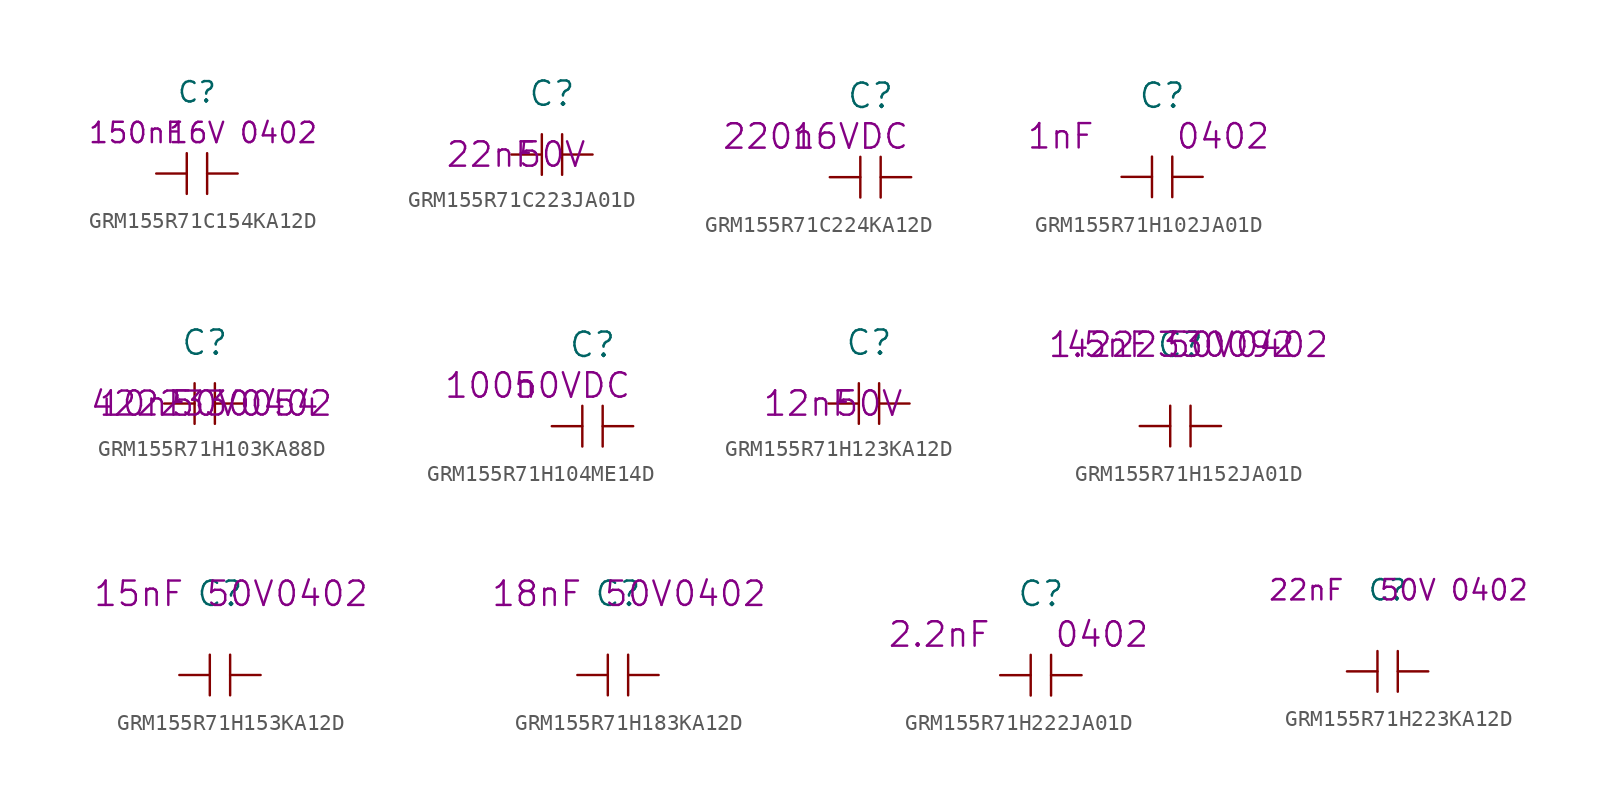
<source format=kicad_sym>
(kicad_symbol_lib
  (version 20220914)
  (generator kicad_symbol_editor)
  (symbol "GRM155R71C154KA12D"
    (pin_numbers hide)
    (pin_names
      (offset 1.016) hide)
    (property "Reference" "C"
      (at 0 5.08 0)
      (effects (font (size 1.27 1.27))))
    (property "Value2" "150nF"
      (at -3.81 2.54 0)
      (effects (font (size 1.27 1.27))))
    (property "Size" "0402"
      (at 5.08 2.54 0)
      (effects (font (size 1.27 1.27))))
    (property "Voltage" "16V"
      (at 0 2.54 0)
      (effects (font (size 1.27 1.27))))
    (symbol "GRM155R71C154KA12D_0_1"
      (polyline (pts (xy -0.635 -1.27) (xy -0.635 1.27)) (stroke (width 0) (type solid)) (fill (type none)))
      (polyline (pts (xy 0.635 1.27) (xy 0.635 -1.27)) (stroke (width 0) (type solid)) (fill (type none))))
    (symbol "GRM155R71C154KA12D_1_1"
      (pin passive line (at -2.54 0 0) (length 1.905) (name "1" (effects (font (size 1.27 1.27)))) (number "1" (effects (font (size 1.27 1.27)))))
      (pin passive line (at 2.54 0 180) (length 1.905) (name "2" (effects (font (size 1.27 1.27)))) (number "2" (effects (font (size 1.27 1.27)))))))
  (symbol "GRM155R71C223JA01D"
    (pin_numbers hide)
    (pin_names
      (offset 1.016) hide)
    (property "Reference" "C"
      (at 0 3.81 0)
      (effects (font (size 1.524 1.524))))
    (property "Value2" "22nF"
      (at -3.81 0 0)
      (effects (font (size 1.524 1.524))))
    (property "Rating" "50V"
      (at 0 0 0)
      (effects (font (size 1.524 1.524))))
    (symbol "GRM155R71C223JA01D_0_1"
      (polyline (pts (xy -0.635 -1.27) (xy -0.635 1.27)) (stroke (width 0) (type solid)) (fill (type none)))
      (polyline (pts (xy 0.635 1.27) (xy 0.635 -1.27)) (stroke (width 0) (type solid)) (fill (type none))))
    (symbol "GRM155R71C223JA01D_1_1"
      (pin passive line (at -2.54 0 0) (length 1.905) (name "1" (effects (font (size 1.27 1.27)))) (number "1" (effects (font (size 1.27 1.27)))))
      (pin passive line (at 2.54 0 180) (length 1.905) (name "2" (effects (font (size 1.27 1.27)))) (number "2" (effects (font (size 1.27 1.27)))))))
  (symbol "GRM155R71C224KA12D"
    (pin_numbers hide)
    (pin_names
      (offset 1.016) hide)
    (property "Reference" "C"
      (at 0 5.08 0)
      (effects (font (size 1.524 1.524))))
    (property "Datasheet" ""
      (at 0 5.08 0)
      (effects (font (size 1.524 1.524))))
    (property "Value2" "220n"
      (at -6.35 2.54 0)
      (effects (font (size 1.524 1.524))))
    (property "Rating" "16VDC"
      (at -1.27 2.54 0)
      (effects (font (size 1.524 1.524))))
    (symbol "GRM155R71C224KA12D_0_1"
      (polyline (pts (xy -0.635 -1.27) (xy -0.635 1.27)) (stroke (width 0) (type solid)) (fill (type none)))
      (polyline (pts (xy 0.635 1.27) (xy 0.635 -1.27)) (stroke (width 0) (type solid)) (fill (type none))))
    (symbol "GRM155R71C224KA12D_1_1"
      (pin passive line (at -2.54 0 0) (length 1.905) (name "1" (effects (font (size 1.27 1.27)))) (number "1" (effects (font (size 1.27 1.27)))))
      (pin passive line (at 2.54 0 180) (length 1.905) (name "2" (effects (font (size 1.27 1.27)))) (number "2" (effects (font (size 1.27 1.27)))))))
  (symbol "GRM155R71H102JA01D"
    (pin_numbers hide)
    (pin_names
      (offset 1.016) hide)
    (property "Reference" "C"
      (at 0 5.08 0)
      (effects (font (size 1.524 1.524))))
    (property "Datasheet" ""
      (at 0 5.08 0)
      (effects (font (size 1.524 1.524))))
    (property "Value2" "1nF"
      (at -6.35 2.54 0)
      (effects (font (size 1.524 1.524))))
    (property "Size" "0402"
      (at 3.81 2.54 0)
      (effects (font (size 1.524 1.524))))
    (symbol "GRM155R71H102JA01D_0_1"
      (polyline (pts (xy -0.635 -1.27) (xy -0.635 1.27)) (stroke (width 0) (type solid)) (fill (type none)))
      (polyline (pts (xy 0.635 1.27) (xy 0.635 -1.27)) (stroke (width 0) (type solid)) (fill (type none))))
    (symbol "GRM155R71H102JA01D_1_1"
      (pin passive line (at -2.54 0 0) (length 1.905) (name "1" (effects (font (size 1.27 1.27)))) (number "1" (effects (font (size 1.27 1.27)))))
      (pin passive line (at 2.54 0 180) (length 1.905) (name "2" (effects (font (size 1.27 1.27)))) (number "2" (effects (font (size 1.27 1.27)))))))
  (symbol "GRM155R71H103KA88D"
    (pin_numbers hide)
    (pin_names
      (offset 1.016) hide)
    (property "Reference" "C"
      (at 0 3.81 0)
      (effects (font (size 1.524 1.524))))
    (property "Datasheet" ""
      (at -2.54 1.27 0)
      (effects (font (size 1.524 1.524))))
    (property "Value2" "10nF"
      (at -3.81 0 0)
      (effects (font (size 1.524 1.524))))
    (property "Size" "0402"
      (at 5.08 0 0)
      (effects (font (size 1.524 1.524))))
    (property "Voltage" "50V"
      (at 0 0 0)
      (effects (font (size 1.524 1.524))))
    (property "AC" "4222330054"
      (at 0 0 0)
      (effects (font (size 1.499 1.499))))
    (symbol "GRM155R71H103KA88D_0_1"
      (polyline (pts (xy -0.635 -1.27) (xy -0.635 1.27)) (stroke (width 0) (type solid)) (fill (type none)))
      (polyline (pts (xy 0.635 1.27) (xy 0.635 -1.27)) (stroke (width 0) (type solid)) (fill (type none))))
    (symbol "GRM155R71H103KA88D_1_1"
      (pin passive line (at -2.54 0 0) (length 1.905) (name "1" (effects (font (size 1.27 1.27)))) (number "1" (effects (font (size 1.27 1.27)))))
      (pin passive line (at 2.54 0 180) (length 1.905) (name "2" (effects (font (size 1.27 1.27)))) (number "2" (effects (font (size 1.27 1.27)))))))
  (symbol "GRM155R71H104ME14D"
    (pin_numbers hide)
    (pin_names
      (offset 1.016) hide)
    (property "Reference" "C"
      (at 0 5.08 0)
      (effects (font (size 1.524 1.524))))
    (property "Datasheet" ""
      (at 0 5.08 0)
      (effects (font (size 1.524 1.524))))
    (property "Value2" "100n"
      (at -6.35 2.54 0)
      (effects (font (size 1.524 1.524))))
    (property "Rating" "50VDC"
      (at -1.27 2.54 0)
      (effects (font (size 1.524 1.524))))
    (symbol "GRM155R71H104ME14D_0_1"
      (polyline (pts (xy -0.635 -1.27) (xy -0.635 1.27)) (stroke (width 0) (type solid)) (fill (type none)))
      (polyline (pts (xy 0.635 1.27) (xy 0.635 -1.27)) (stroke (width 0) (type solid)) (fill (type none))))
    (symbol "GRM155R71H104ME14D_1_1"
      (pin passive line (at -2.54 0 0) (length 1.905) (name "1" (effects (font (size 1.27 1.27)))) (number "1" (effects (font (size 1.27 1.27)))))
      (pin passive line (at 2.54 0 180) (length 1.905) (name "2" (effects (font (size 1.27 1.27)))) (number "2" (effects (font (size 1.27 1.27)))))))
  (symbol "GRM155R71H123KA12D"
    (pin_numbers hide)
    (pin_names
      (offset 1.016) hide)
    (property "Reference" "C"
      (at 0 3.81 0)
      (effects (font (size 1.524 1.524))))
    (property "Datasheet" ""
      (at -2.54 1.27 0)
      (effects (font (size 1.524 1.524))))
    (property "Value2" "12nF"
      (at -3.81 0 0)
      (effects (font (size 1.524 1.524))))
    (property "Rating" "50V"
      (at 0 0 0)
      (effects (font (size 1.524 1.524))))
    (symbol "GRM155R71H123KA12D_0_1"
      (polyline (pts (xy -0.635 -1.27) (xy -0.635 1.27)) (stroke (width 0) (type solid)) (fill (type none)))
      (polyline (pts (xy 0.635 1.27) (xy 0.635 -1.27)) (stroke (width 0) (type solid)) (fill (type none))))
    (symbol "GRM155R71H123KA12D_1_1"
      (pin passive line (at -2.54 0 0) (length 1.905) (name "1" (effects (font (size 1.27 1.27)))) (number "1" (effects (font (size 1.27 1.27)))))
      (pin passive line (at 2.54 0 180) (length 1.905) (name "2" (effects (font (size 1.27 1.27)))) (number "2" (effects (font (size 1.27 1.27)))))))
  (symbol "GRM155R71H152JA01D"
    (pin_numbers hide)
    (pin_names
      (offset 1.016) hide)
    (property "Reference" "C"
      (at 0 5.08 0)
      (effects (font (size 1.524 1.524))))
    (property "Value2" "1.5nF"
      (at -5.08 5.08 0)
      (effects (font (size 1.524 1.524))))
    (property "Size" "0402"
      (at 6.35 5.08 0)
      (effects (font (size 1.524 1.524))))
    (property "Voltage" "50V"
      (at 1.27 5.08 0)
      (effects (font (size 1.524 1.524))))
    (property "AC" "4222330092"
      (at 0 5.08 0)
      (effects (font (size 1.499 1.499))))
    (symbol "GRM155R71H152JA01D_0_1"
      (polyline (pts (xy -0.635 -1.27) (xy -0.635 1.27)) (stroke (width 0) (type solid)) (fill (type none)))
      (polyline (pts (xy 0.635 1.27) (xy 0.635 -1.27)) (stroke (width 0) (type solid)) (fill (type none))))
    (symbol "GRM155R71H152JA01D_1_1"
      (pin passive line (at -2.54 0 0) (length 1.905) (name "1" (effects (font (size 1.27 1.27)))) (number "1" (effects (font (size 1.27 1.27)))))
      (pin passive line (at 2.54 0 180) (length 1.905) (name "2" (effects (font (size 1.27 1.27)))) (number "2" (effects (font (size 1.27 1.27)))))))
  (symbol "GRM155R71H153KA12D"
    (pin_numbers hide)
    (pin_names
      (offset 1.016) hide)
    (property "Reference" "C"
      (at 0 5.08 0)
      (effects (font (size 1.524 1.524))))
    (property "Value2" "15nF"
      (at -5.08 5.08 0)
      (effects (font (size 1.524 1.524))))
    (property "Size" "0402"
      (at 6.35 5.08 0)
      (effects (font (size 1.524 1.524))))
    (property "Voltage" "50V"
      (at 1.27 5.08 0)
      (effects (font (size 1.524 1.524))))
    (symbol "GRM155R71H153KA12D_0_1"
      (polyline (pts (xy -0.635 -1.27) (xy -0.635 1.27)) (stroke (width 0) (type solid)) (fill (type none)))
      (polyline (pts (xy 0.635 1.27) (xy 0.635 -1.27)) (stroke (width 0) (type solid)) (fill (type none))))
    (symbol "GRM155R71H153KA12D_1_1"
      (pin passive line (at -2.54 0 0) (length 1.905) (name "1" (effects (font (size 1.27 1.27)))) (number "1" (effects (font (size 1.27 1.27)))))
      (pin passive line (at 2.54 0 180) (length 1.905) (name "2" (effects (font (size 1.27 1.27)))) (number "2" (effects (font (size 1.27 1.27)))))))
  (symbol "GRM155R71H183KA12D"
    (pin_numbers hide)
    (pin_names
      (offset 1.016) hide)
    (property "Reference" "C"
      (at 0 5.08 0)
      (effects (font (size 1.524 1.524))))
    (property "Value2" "18nF"
      (at -5.08 5.08 0)
      (effects (font (size 1.524 1.524))))
    (property "Size" "0402"
      (at 6.35 5.08 0)
      (effects (font (size 1.524 1.524))))
    (property "Voltage" "50V"
      (at 1.27 5.08 0)
      (effects (font (size 1.524 1.524))))
    (symbol "GRM155R71H183KA12D_0_1"
      (polyline (pts (xy -0.635 -1.27) (xy -0.635 1.27)) (stroke (width 0) (type solid)) (fill (type none)))
      (polyline (pts (xy 0.635 1.27) (xy 0.635 -1.27)) (stroke (width 0) (type solid)) (fill (type none))))
    (symbol "GRM155R71H183KA12D_1_1"
      (pin passive line (at -2.54 0 0) (length 1.905) (name "1" (effects (font (size 1.27 1.27)))) (number "1" (effects (font (size 1.27 1.27)))))
      (pin passive line (at 2.54 0 180) (length 1.905) (name "2" (effects (font (size 1.27 1.27)))) (number "2" (effects (font (size 1.27 1.27)))))))
  (symbol "GRM155R71H222JA01D"
    (pin_numbers hide)
    (pin_names
      (offset 1.016) hide)
    (property "Reference" "C"
      (at 0 5.08 0)
      (effects (font (size 1.524 1.524))))
    (property "Datasheet" ""
      (at 0 5.08 0)
      (effects (font (size 1.524 1.524))))
    (property "Value2" "2.2nF"
      (at -6.35 2.54 0)
      (effects (font (size 1.524 1.524))))
    (property "Size" "0402"
      (at 3.81 2.54 0)
      (effects (font (size 1.524 1.524))))
    (symbol "GRM155R71H222JA01D_0_1"
      (polyline (pts (xy -0.635 -1.27) (xy -0.635 1.27)) (stroke (width 0) (type solid)) (fill (type none)))
      (polyline (pts (xy 0.635 1.27) (xy 0.635 -1.27)) (stroke (width 0) (type solid)) (fill (type none))))
    (symbol "GRM155R71H222JA01D_1_1"
      (pin passive line (at -2.54 0 0) (length 1.905) (name "1" (effects (font (size 1.27 1.27)))) (number "1" (effects (font (size 1.27 1.27)))))
      (pin passive line (at 2.54 0 180) (length 1.905) (name "2" (effects (font (size 1.27 1.27)))) (number "2" (effects (font (size 1.27 1.27)))))))
  (symbol "GRM155R71H223KA12D"
    (pin_numbers hide)
    (pin_names
      (offset 1.016) hide)
    (property "Reference" "C"
      (at 0 5.08 0)
      (effects (font (size 1.27 1.27))))
    (property "Value2" "22nF"
      (at -5.08 5.08 0)
      (effects (font (size 1.27 1.27))))
    (property "Size" "0402"
      (at 6.35 5.08 0)
      (effects (font (size 1.27 1.27))))
    (property "Voltage" "50V"
      (at 1.27 5.08 0)
      (effects (font (size 1.27 1.27))))
    (symbol "GRM155R71H223KA12D_0_1"
      (polyline (pts (xy -0.635 -1.27) (xy -0.635 1.27)) (stroke (width 0) (type solid)) (fill (type none)))
      (polyline (pts (xy 0.635 1.27) (xy 0.635 -1.27)) (stroke (width 0) (type solid)) (fill (type none))))
    (symbol "GRM155R71H223KA12D_1_1"
      (pin passive line (at -2.54 0 0) (length 1.905) (name "1" (effects (font (size 1.27 1.27)))) (number "1" (effects (font (size 1.27 1.27)))))
      (pin passive line (at 2.54 0 180) (length 1.905) (name "2" (effects (font (size 1.27 1.27)))) (number "2" (effects (font (size 1.27 1.27))))))))
</source>
